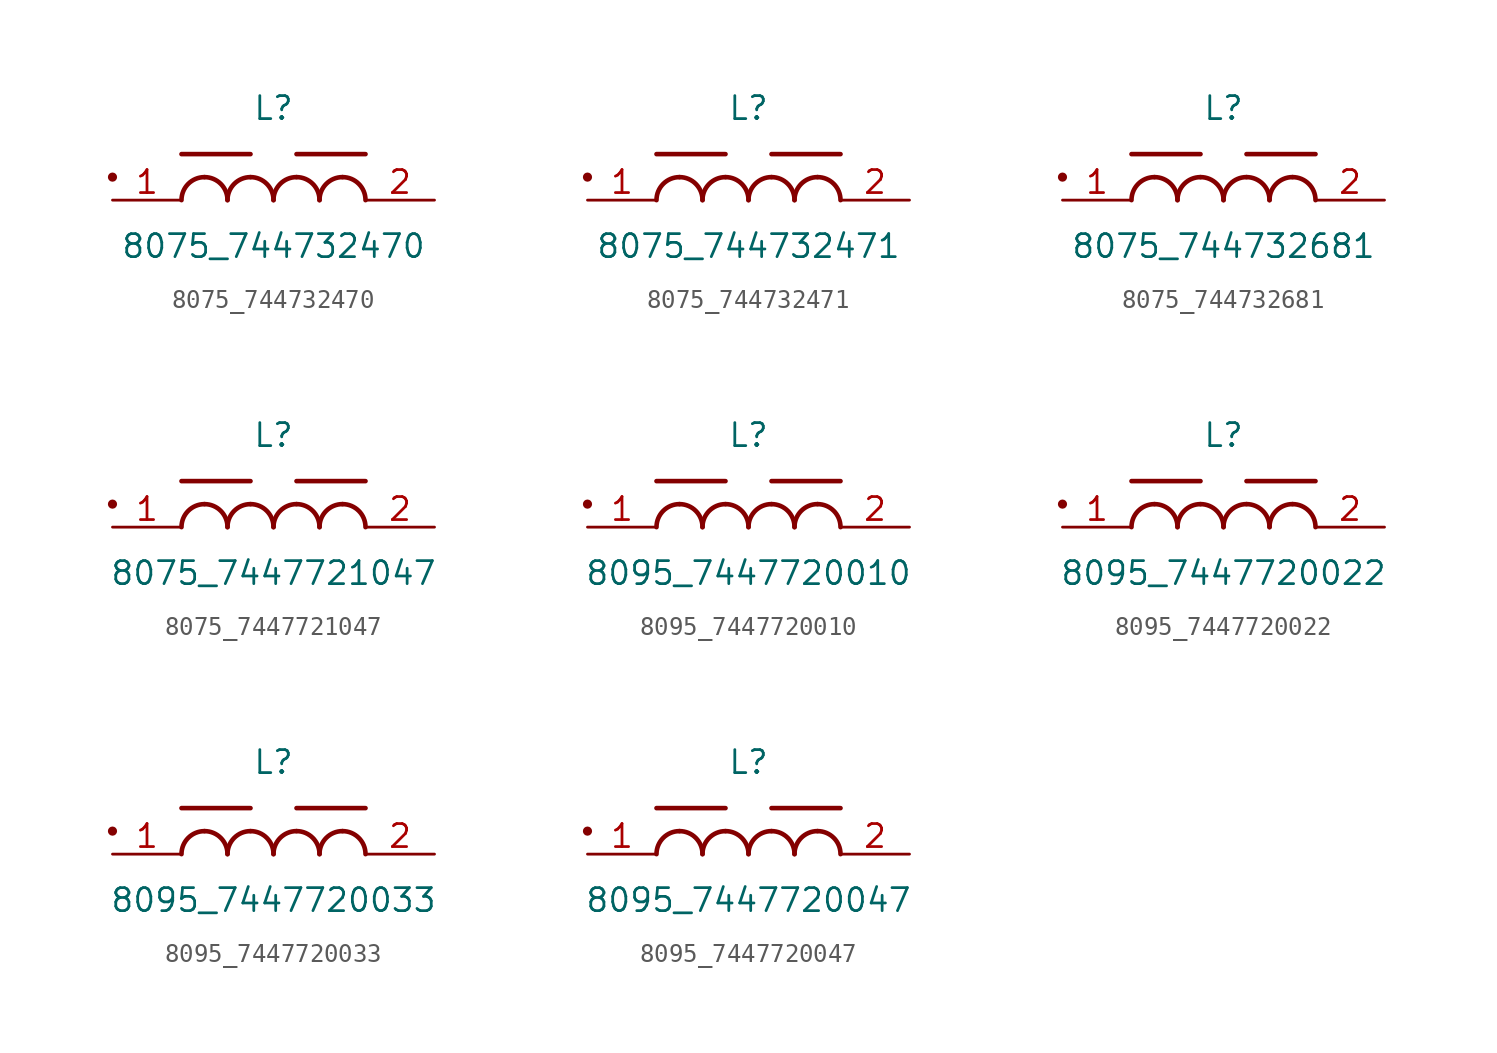
<source format=kicad_sym>
(kicad_symbol_lib
  (version 20211014)
  (generator kicad_symbol_editor)
  (symbol "Inductor_Wurth_WE-TI:8075_744732470"
    (pin_names hide)
    (property "Reference" "L"
      (at 0 5.08 0)
      (effects (font (size 1.27 1.27))))
    (property "Value" "8075_744732470"
      (at 0 -2.54 0)
      (effects (font (size 1.27 1.27))))
    (symbol "8075_744732470_0_1"
      (circle (center -8.89 1.27) (radius 0.0001) (stroke (width 0.254)) (stroke (width 0.254) (type default) (color 0 0 0 0)) (fill (type none)))
      (arc (start -3.81 1.27) (mid -4.708 0.898) (end -5.08 0) (stroke (width 0.254) (type default) (color 0 0 0 0)) (fill (type none)))
      (arc (start -2.54 0) (mid -2.912 0.898) (end -3.81 1.27) (stroke (width 0.254) (type default) (color 0 0 0 0)) (fill (type none)))
      (arc (start -1.2699 1.2701) (mid -2.1679 0.8981) (end -2.5399 0.0001) (stroke (width 0.254) (type default) (color 0 0 0 0)) (fill (type none)))
      (polyline (pts (xy -5.08 2.54) (xy -1.27 2.54)) (stroke (width 0.254) (type default) (color 0 0 0 0)) (fill (type none)))
      (polyline (pts (xy 5.08 2.54) (xy 1.27 2.54)) (stroke (width 0.254) (type default) (color 0 0 0 0)) (fill (type none)))
      (arc (start 0.0001 0.0001) (mid -0.3719 0.8981) (end -1.2699 1.2701) (stroke (width 0.254) (type default) (color 0 0 0 0)) (fill (type none)))
      (arc (start 1.2701 1.2701) (mid 0.3721 0.8981) (end 0.0001 0.0001) (stroke (width 0.254) (type default) (color 0 0 0 0)) (fill (type none)))
      (arc (start 2.5401 0.0001) (mid 2.1681 0.8981) (end 1.2701 1.2701) (stroke (width 0.254) (type default) (color 0 0 0 0)) (fill (type none)))
      (arc (start 3.8101 1.2701) (mid 2.9121 0.8981) (end 2.5401 0.0001) (stroke (width 0.254) (type default) (color 0 0 0 0)) (fill (type none)))
      (arc (start 5.0801 0.0001) (mid 4.7081 0.8981) (end 3.8101 1.2701) (stroke (width 0.254) (type default) (color 0 0 0 0)) (fill (type none))))
    (symbol "8075_744732470_1_1"
      (pin passive line (at -8.89 0 0) (length 3.81) (name "1" (effects (font (size 1.27 1.27)))) (number "1" (effects (font (size 1.27 1.27)))))
      (pin passive line (at 8.89 0 180) (length 3.81) (name "2" (effects (font (size 1.27 1.27)))) (number "2" (effects (font (size 1.27 1.27)))))))
  (symbol "Inductor_Wurth_WE-TI:8075_744732471"
    (pin_names hide)
    (property "Reference" "L"
      (at 0 5.08 0)
      (effects (font (size 1.27 1.27))))
    (property "Value" "8075_744732471"
      (at 0 -2.54 0)
      (effects (font (size 1.27 1.27))))
    (symbol "8075_744732471_0_1"
      (circle (center -8.89 1.27) (radius 0.0001) (stroke (width 0.254)) (stroke (width 0.254) (type default) (color 0 0 0 0)) (fill (type none)))
      (arc (start -3.81 1.27) (mid -4.708 0.898) (end -5.08 0) (stroke (width 0.254) (type default) (color 0 0 0 0)) (fill (type none)))
      (arc (start -2.54 0) (mid -2.912 0.898) (end -3.81 1.27) (stroke (width 0.254) (type default) (color 0 0 0 0)) (fill (type none)))
      (arc (start -1.2699 1.2701) (mid -2.1679 0.8981) (end -2.5399 0.0001) (stroke (width 0.254) (type default) (color 0 0 0 0)) (fill (type none)))
      (polyline (pts (xy -5.08 2.54) (xy -1.27 2.54)) (stroke (width 0.254) (type default) (color 0 0 0 0)) (fill (type none)))
      (polyline (pts (xy 5.08 2.54) (xy 1.27 2.54)) (stroke (width 0.254) (type default) (color 0 0 0 0)) (fill (type none)))
      (arc (start 0.0001 0.0001) (mid -0.3719 0.8981) (end -1.2699 1.2701) (stroke (width 0.254) (type default) (color 0 0 0 0)) (fill (type none)))
      (arc (start 1.2701 1.2701) (mid 0.3721 0.8981) (end 0.0001 0.0001) (stroke (width 0.254) (type default) (color 0 0 0 0)) (fill (type none)))
      (arc (start 2.5401 0.0001) (mid 2.1681 0.8981) (end 1.2701 1.2701) (stroke (width 0.254) (type default) (color 0 0 0 0)) (fill (type none)))
      (arc (start 3.8101 1.2701) (mid 2.9121 0.8981) (end 2.5401 0.0001) (stroke (width 0.254) (type default) (color 0 0 0 0)) (fill (type none)))
      (arc (start 5.0801 0.0001) (mid 4.7081 0.8981) (end 3.8101 1.2701) (stroke (width 0.254) (type default) (color 0 0 0 0)) (fill (type none))))
    (symbol "8075_744732471_1_1"
      (pin passive line (at -8.89 0 0) (length 3.81) (name "1" (effects (font (size 1.27 1.27)))) (number "1" (effects (font (size 1.27 1.27)))))
      (pin passive line (at 8.89 0 180) (length 3.81) (name "2" (effects (font (size 1.27 1.27)))) (number "2" (effects (font (size 1.27 1.27)))))))
  (symbol "Inductor_Wurth_WE-TI:8075_744732681"
    (pin_names hide)
    (property "Reference" "L"
      (at 0 5.08 0)
      (effects (font (size 1.27 1.27))))
    (property "Value" "8075_744732681"
      (at 0 -2.54 0)
      (effects (font (size 1.27 1.27))))
    (symbol "8075_744732681_0_1"
      (circle (center -8.89 1.27) (radius 0.0001) (stroke (width 0.254)) (stroke (width 0.254) (type default) (color 0 0 0 0)) (fill (type none)))
      (arc (start -3.81 1.27) (mid -4.708 0.898) (end -5.08 0) (stroke (width 0.254) (type default) (color 0 0 0 0)) (fill (type none)))
      (arc (start -2.54 0) (mid -2.912 0.898) (end -3.81 1.27) (stroke (width 0.254) (type default) (color 0 0 0 0)) (fill (type none)))
      (arc (start -1.2699 1.2701) (mid -2.1679 0.8981) (end -2.5399 0.0001) (stroke (width 0.254) (type default) (color 0 0 0 0)) (fill (type none)))
      (polyline (pts (xy -5.08 2.54) (xy -1.27 2.54)) (stroke (width 0.254) (type default) (color 0 0 0 0)) (fill (type none)))
      (polyline (pts (xy 5.08 2.54) (xy 1.27 2.54)) (stroke (width 0.254) (type default) (color 0 0 0 0)) (fill (type none)))
      (arc (start 0.0001 0.0001) (mid -0.3719 0.8981) (end -1.2699 1.2701) (stroke (width 0.254) (type default) (color 0 0 0 0)) (fill (type none)))
      (arc (start 1.2701 1.2701) (mid 0.3721 0.8981) (end 0.0001 0.0001) (stroke (width 0.254) (type default) (color 0 0 0 0)) (fill (type none)))
      (arc (start 2.5401 0.0001) (mid 2.1681 0.8981) (end 1.2701 1.2701) (stroke (width 0.254) (type default) (color 0 0 0 0)) (fill (type none)))
      (arc (start 3.8101 1.2701) (mid 2.9121 0.8981) (end 2.5401 0.0001) (stroke (width 0.254) (type default) (color 0 0 0 0)) (fill (type none)))
      (arc (start 5.0801 0.0001) (mid 4.7081 0.8981) (end 3.8101 1.2701) (stroke (width 0.254) (type default) (color 0 0 0 0)) (fill (type none))))
    (symbol "8075_744732681_1_1"
      (pin passive line (at -8.89 0 0) (length 3.81) (name "1" (effects (font (size 1.27 1.27)))) (number "1" (effects (font (size 1.27 1.27)))))
      (pin passive line (at 8.89 0 180) (length 3.81) (name "2" (effects (font (size 1.27 1.27)))) (number "2" (effects (font (size 1.27 1.27)))))))
  (symbol "Inductor_Wurth_WE-TI:8075_7447721047"
    (pin_names hide)
    (property "Reference" "L"
      (at 0 5.08 0)
      (effects (font (size 1.27 1.27))))
    (property "Value" "8075_7447721047"
      (at 0 -2.54 0)
      (effects (font (size 1.27 1.27))))
    (symbol "8075_7447721047_0_1"
      (circle (center -8.89 1.27) (radius 0.0001) (stroke (width 0.254)) (stroke (width 0.254) (type default) (color 0 0 0 0)) (fill (type none)))
      (arc (start -3.81 1.27) (mid -4.708 0.898) (end -5.08 0) (stroke (width 0.254) (type default) (color 0 0 0 0)) (fill (type none)))
      (arc (start -2.54 0) (mid -2.912 0.898) (end -3.81 1.27) (stroke (width 0.254) (type default) (color 0 0 0 0)) (fill (type none)))
      (arc (start -1.2699 1.2701) (mid -2.1679 0.8981) (end -2.5399 0.0001) (stroke (width 0.254) (type default) (color 0 0 0 0)) (fill (type none)))
      (polyline (pts (xy -5.08 2.54) (xy -1.27 2.54)) (stroke (width 0.254) (type default) (color 0 0 0 0)) (fill (type none)))
      (polyline (pts (xy 5.08 2.54) (xy 1.27 2.54)) (stroke (width 0.254) (type default) (color 0 0 0 0)) (fill (type none)))
      (arc (start 0.0001 0.0001) (mid -0.3719 0.8981) (end -1.2699 1.2701) (stroke (width 0.254) (type default) (color 0 0 0 0)) (fill (type none)))
      (arc (start 1.2701 1.2701) (mid 0.3721 0.8981) (end 0.0001 0.0001) (stroke (width 0.254) (type default) (color 0 0 0 0)) (fill (type none)))
      (arc (start 2.5401 0.0001) (mid 2.1681 0.8981) (end 1.2701 1.2701) (stroke (width 0.254) (type default) (color 0 0 0 0)) (fill (type none)))
      (arc (start 3.8101 1.2701) (mid 2.9121 0.8981) (end 2.5401 0.0001) (stroke (width 0.254) (type default) (color 0 0 0 0)) (fill (type none)))
      (arc (start 5.0801 0.0001) (mid 4.7081 0.8981) (end 3.8101 1.2701) (stroke (width 0.254) (type default) (color 0 0 0 0)) (fill (type none))))
    (symbol "8075_7447721047_1_1"
      (pin passive line (at -8.89 0 0) (length 3.81) (name "1" (effects (font (size 1.27 1.27)))) (number "1" (effects (font (size 1.27 1.27)))))
      (pin passive line (at 8.89 0 180) (length 3.81) (name "2" (effects (font (size 1.27 1.27)))) (number "2" (effects (font (size 1.27 1.27)))))))
  (symbol "Inductor_Wurth_WE-TI:8095_7447720010"
    (pin_names hide)
    (property "Reference" "L"
      (at 0 5.08 0)
      (effects (font (size 1.27 1.27))))
    (property "Value" "8095_7447720010"
      (at 0 -2.54 0)
      (effects (font (size 1.27 1.27))))
    (symbol "8095_7447720010_0_1"
      (circle (center -8.89 1.27) (radius 0.0001) (stroke (width 0.254)) (stroke (width 0.254) (type default) (color 0 0 0 0)) (fill (type none)))
      (arc (start -3.81 1.27) (mid -4.708 0.898) (end -5.08 0) (stroke (width 0.254) (type default) (color 0 0 0 0)) (fill (type none)))
      (arc (start -2.54 0) (mid -2.912 0.898) (end -3.81 1.27) (stroke (width 0.254) (type default) (color 0 0 0 0)) (fill (type none)))
      (arc (start -1.2699 1.2701) (mid -2.1679 0.8981) (end -2.5399 0.0001) (stroke (width 0.254) (type default) (color 0 0 0 0)) (fill (type none)))
      (polyline (pts (xy -5.08 2.54) (xy -1.27 2.54)) (stroke (width 0.254) (type default) (color 0 0 0 0)) (fill (type none)))
      (polyline (pts (xy 5.08 2.54) (xy 1.27 2.54)) (stroke (width 0.254) (type default) (color 0 0 0 0)) (fill (type none)))
      (arc (start 0.0001 0.0001) (mid -0.3719 0.8981) (end -1.2699 1.2701) (stroke (width 0.254) (type default) (color 0 0 0 0)) (fill (type none)))
      (arc (start 1.2701 1.2701) (mid 0.3721 0.8981) (end 0.0001 0.0001) (stroke (width 0.254) (type default) (color 0 0 0 0)) (fill (type none)))
      (arc (start 2.5401 0.0001) (mid 2.1681 0.8981) (end 1.2701 1.2701) (stroke (width 0.254) (type default) (color 0 0 0 0)) (fill (type none)))
      (arc (start 3.8101 1.2701) (mid 2.9121 0.8981) (end 2.5401 0.0001) (stroke (width 0.254) (type default) (color 0 0 0 0)) (fill (type none)))
      (arc (start 5.0801 0.0001) (mid 4.7081 0.8981) (end 3.8101 1.2701) (stroke (width 0.254) (type default) (color 0 0 0 0)) (fill (type none))))
    (symbol "8095_7447720010_1_1"
      (pin passive line (at -8.89 0 0) (length 3.81) (name "1" (effects (font (size 1.27 1.27)))) (number "1" (effects (font (size 1.27 1.27)))))
      (pin passive line (at 8.89 0 180) (length 3.81) (name "2" (effects (font (size 1.27 1.27)))) (number "2" (effects (font (size 1.27 1.27)))))))
  (symbol "Inductor_Wurth_WE-TI:8095_7447720022"
    (pin_names hide)
    (property "Reference" "L"
      (at 0 5.08 0)
      (effects (font (size 1.27 1.27))))
    (property "Value" "8095_7447720022"
      (at 0 -2.54 0)
      (effects (font (size 1.27 1.27))))
    (symbol "8095_7447720022_0_1"
      (circle (center -8.89 1.27) (radius 0.0001) (stroke (width 0.254)) (stroke (width 0.254) (type default) (color 0 0 0 0)) (fill (type none)))
      (arc (start -3.81 1.27) (mid -4.708 0.898) (end -5.08 0) (stroke (width 0.254) (type default) (color 0 0 0 0)) (fill (type none)))
      (arc (start -2.54 0) (mid -2.912 0.898) (end -3.81 1.27) (stroke (width 0.254) (type default) (color 0 0 0 0)) (fill (type none)))
      (arc (start -1.2699 1.2701) (mid -2.1679 0.8981) (end -2.5399 0.0001) (stroke (width 0.254) (type default) (color 0 0 0 0)) (fill (type none)))
      (polyline (pts (xy -5.08 2.54) (xy -1.27 2.54)) (stroke (width 0.254) (type default) (color 0 0 0 0)) (fill (type none)))
      (polyline (pts (xy 5.08 2.54) (xy 1.27 2.54)) (stroke (width 0.254) (type default) (color 0 0 0 0)) (fill (type none)))
      (arc (start 0.0001 0.0001) (mid -0.3719 0.8981) (end -1.2699 1.2701) (stroke (width 0.254) (type default) (color 0 0 0 0)) (fill (type none)))
      (arc (start 1.2701 1.2701) (mid 0.3721 0.8981) (end 0.0001 0.0001) (stroke (width 0.254) (type default) (color 0 0 0 0)) (fill (type none)))
      (arc (start 2.5401 0.0001) (mid 2.1681 0.8981) (end 1.2701 1.2701) (stroke (width 0.254) (type default) (color 0 0 0 0)) (fill (type none)))
      (arc (start 3.8101 1.2701) (mid 2.9121 0.8981) (end 2.5401 0.0001) (stroke (width 0.254) (type default) (color 0 0 0 0)) (fill (type none)))
      (arc (start 5.0801 0.0001) (mid 4.7081 0.8981) (end 3.8101 1.2701) (stroke (width 0.254) (type default) (color 0 0 0 0)) (fill (type none))))
    (symbol "8095_7447720022_1_1"
      (pin passive line (at -8.89 0 0) (length 3.81) (name "1" (effects (font (size 1.27 1.27)))) (number "1" (effects (font (size 1.27 1.27)))))
      (pin passive line (at 8.89 0 180) (length 3.81) (name "2" (effects (font (size 1.27 1.27)))) (number "2" (effects (font (size 1.27 1.27)))))))
  (symbol "Inductor_Wurth_WE-TI:8095_7447720033"
    (pin_names hide)
    (property "Reference" "L"
      (at 0 5.08 0)
      (effects (font (size 1.27 1.27))))
    (property "Value" "8095_7447720033"
      (at 0 -2.54 0)
      (effects (font (size 1.27 1.27))))
    (symbol "8095_7447720033_0_1"
      (circle (center -8.89 1.27) (radius 0.0001) (stroke (width 0.254)) (stroke (width 0.254) (type default) (color 0 0 0 0)) (fill (type none)))
      (arc (start -3.81 1.27) (mid -4.708 0.898) (end -5.08 0) (stroke (width 0.254) (type default) (color 0 0 0 0)) (fill (type none)))
      (arc (start -2.54 0) (mid -2.912 0.898) (end -3.81 1.27) (stroke (width 0.254) (type default) (color 0 0 0 0)) (fill (type none)))
      (arc (start -1.2699 1.2701) (mid -2.1679 0.8981) (end -2.5399 0.0001) (stroke (width 0.254) (type default) (color 0 0 0 0)) (fill (type none)))
      (polyline (pts (xy -5.08 2.54) (xy -1.27 2.54)) (stroke (width 0.254) (type default) (color 0 0 0 0)) (fill (type none)))
      (polyline (pts (xy 5.08 2.54) (xy 1.27 2.54)) (stroke (width 0.254) (type default) (color 0 0 0 0)) (fill (type none)))
      (arc (start 0.0001 0.0001) (mid -0.3719 0.8981) (end -1.2699 1.2701) (stroke (width 0.254) (type default) (color 0 0 0 0)) (fill (type none)))
      (arc (start 1.2701 1.2701) (mid 0.3721 0.8981) (end 0.0001 0.0001) (stroke (width 0.254) (type default) (color 0 0 0 0)) (fill (type none)))
      (arc (start 2.5401 0.0001) (mid 2.1681 0.8981) (end 1.2701 1.2701) (stroke (width 0.254) (type default) (color 0 0 0 0)) (fill (type none)))
      (arc (start 3.8101 1.2701) (mid 2.9121 0.8981) (end 2.5401 0.0001) (stroke (width 0.254) (type default) (color 0 0 0 0)) (fill (type none)))
      (arc (start 5.0801 0.0001) (mid 4.7081 0.8981) (end 3.8101 1.2701) (stroke (width 0.254) (type default) (color 0 0 0 0)) (fill (type none))))
    (symbol "8095_7447720033_1_1"
      (pin passive line (at -8.89 0 0) (length 3.81) (name "1" (effects (font (size 1.27 1.27)))) (number "1" (effects (font (size 1.27 1.27)))))
      (pin passive line (at 8.89 0 180) (length 3.81) (name "2" (effects (font (size 1.27 1.27)))) (number "2" (effects (font (size 1.27 1.27)))))))
  (symbol "Inductor_Wurth_WE-TI:8095_7447720047"
    (pin_names hide)
    (property "Reference" "L"
      (at 0 5.08 0)
      (effects (font (size 1.27 1.27))))
    (property "Value" "8095_7447720047"
      (at 0 -2.54 0)
      (effects (font (size 1.27 1.27))))
    (symbol "8095_7447720047_0_1"
      (circle (center -8.89 1.27) (radius 0.0001) (stroke (width 0.254)) (stroke (width 0.254) (type default) (color 0 0 0 0)) (fill (type none)))
      (arc (start -3.81 1.27) (mid -4.708 0.898) (end -5.08 0) (stroke (width 0.254) (type default) (color 0 0 0 0)) (fill (type none)))
      (arc (start -2.54 0) (mid -2.912 0.898) (end -3.81 1.27) (stroke (width 0.254) (type default) (color 0 0 0 0)) (fill (type none)))
      (arc (start -1.2699 1.2701) (mid -2.1679 0.8981) (end -2.5399 0.0001) (stroke (width 0.254) (type default) (color 0 0 0 0)) (fill (type none)))
      (polyline (pts (xy -5.08 2.54) (xy -1.27 2.54)) (stroke (width 0.254) (type default) (color 0 0 0 0)) (fill (type none)))
      (polyline (pts (xy 5.08 2.54) (xy 1.27 2.54)) (stroke (width 0.254) (type default) (color 0 0 0 0)) (fill (type none)))
      (arc (start 0.0001 0.0001) (mid -0.3719 0.8981) (end -1.2699 1.2701) (stroke (width 0.254) (type default) (color 0 0 0 0)) (fill (type none)))
      (arc (start 1.2701 1.2701) (mid 0.3721 0.8981) (end 0.0001 0.0001) (stroke (width 0.254) (type default) (color 0 0 0 0)) (fill (type none)))
      (arc (start 2.5401 0.0001) (mid 2.1681 0.8981) (end 1.2701 1.2701) (stroke (width 0.254) (type default) (color 0 0 0 0)) (fill (type none)))
      (arc (start 3.8101 1.2701) (mid 2.9121 0.8981) (end 2.5401 0.0001) (stroke (width 0.254) (type default) (color 0 0 0 0)) (fill (type none)))
      (arc (start 5.0801 0.0001) (mid 4.7081 0.8981) (end 3.8101 1.2701) (stroke (width 0.254) (type default) (color 0 0 0 0)) (fill (type none))))
    (symbol "8095_7447720047_1_1"
      (pin passive line (at -8.89 0 0) (length 3.81) (name "1" (effects (font (size 1.27 1.27)))) (number "1" (effects (font (size 1.27 1.27)))))
      (pin passive line (at 8.89 0 180) (length 3.81) (name "2" (effects (font (size 1.27 1.27)))) (number "2" (effects (font (size 1.27 1.27))))))))
</source>
